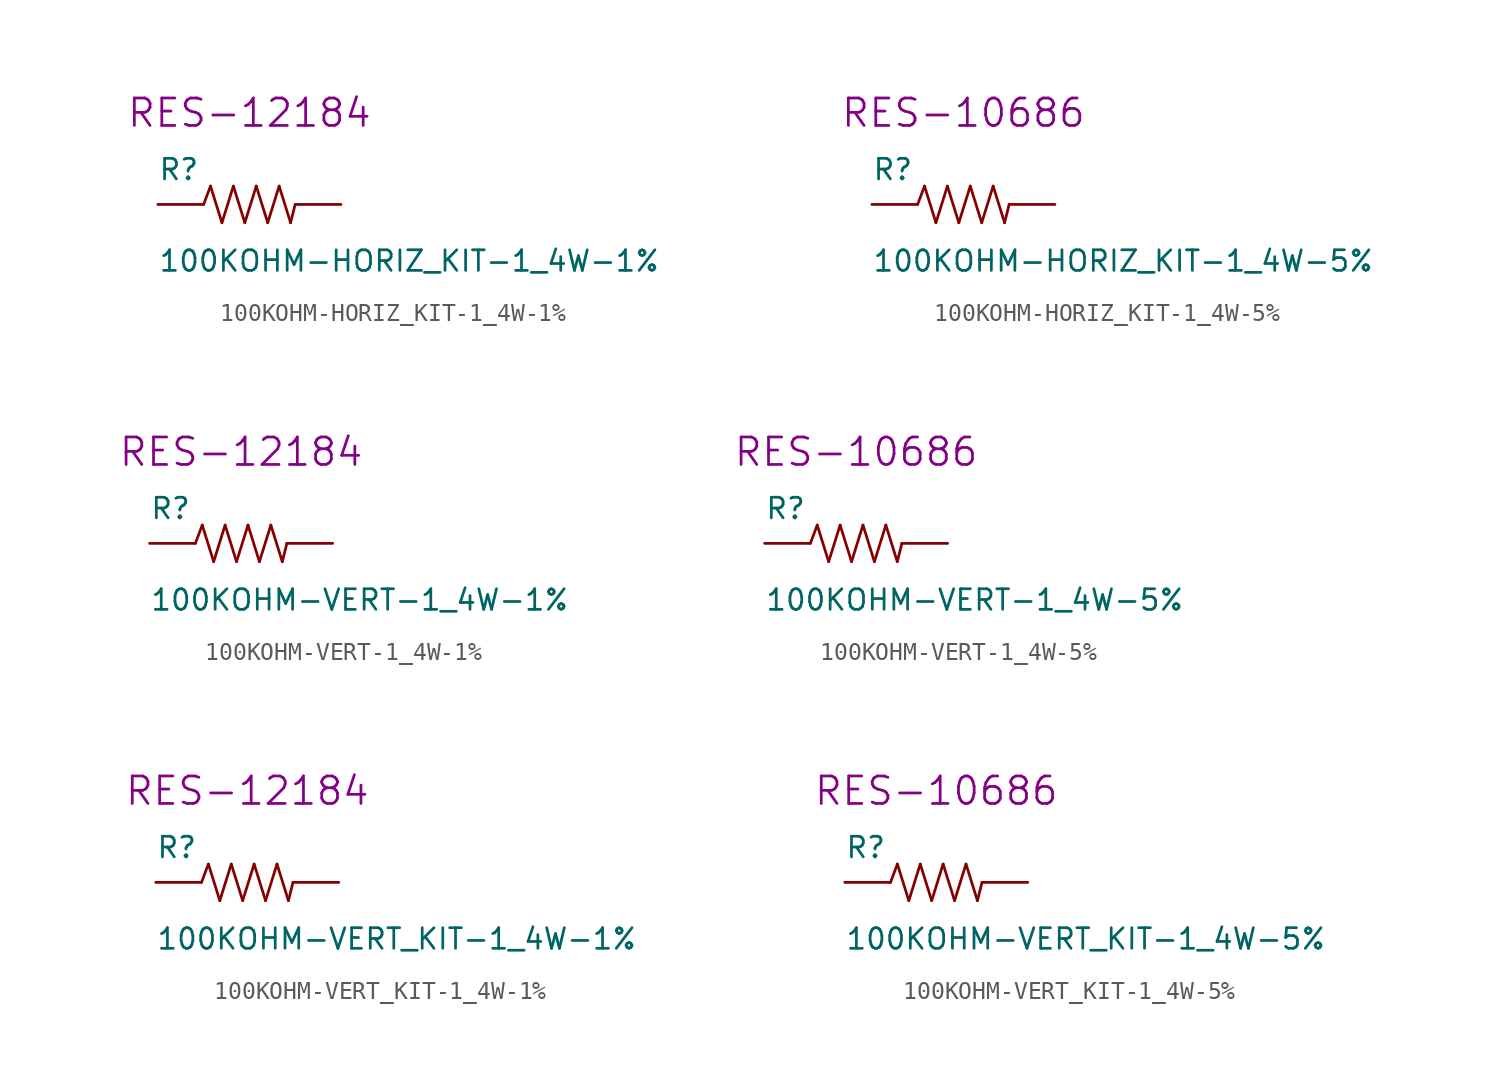
<source format=kicad_sym>
(kicad_symbol_lib
  (version 20211014)
  (generator kicad_symbol_editor)
  (symbol "100KOHM-HORIZ_KIT-1_4W-1%"
    (pin_numbers hide)
    (pin_names
      (offset 1.016) hide)
    (property "Reference" "R"
      (at -5.08 1.27 0)
      (effects (font (size 1.143 1.143)) (justify left bottom)))
    (property "Value" "100KOHM-HORIZ_KIT-1_4W-1%"
      (at -5.08 -3.81 0)
      (effects (font (size 1.143 1.143)) (justify left bottom)))
    (property "Field4" "RES-12184"
      (at 0 5.08 0)
      (effects (font (size 1.524 1.524))))
    (property "ki_locked" ""
      (at 0 0 0)
      (effects (font (size 1.27 1.27))))
    (symbol "100KOHM-HORIZ_KIT-1_4W-1%_1_0"
      (polyline (pts (xy -2.54 0) (xy -2.159 1.016)) (stroke (width 0) (type default) (color 0 0 0 0)) (fill (type none)))
      (polyline (pts (xy -2.159 1.016) (xy -1.524 -1.016)) (stroke (width 0) (type default) (color 0 0 0 0)) (fill (type none)))
      (polyline (pts (xy -1.524 -1.016) (xy -0.889 1.016)) (stroke (width 0) (type default) (color 0 0 0 0)) (fill (type none)))
      (polyline (pts (xy -0.889 1.016) (xy -0.254 -1.016)) (stroke (width 0) (type default) (color 0 0 0 0)) (fill (type none)))
      (polyline (pts (xy -0.254 -1.016) (xy 0.381 1.016)) (stroke (width 0) (type default) (color 0 0 0 0)) (fill (type none)))
      (polyline (pts (xy 0.381 1.016) (xy 1.016 -1.016)) (stroke (width 0) (type default) (color 0 0 0 0)) (fill (type none)))
      (polyline (pts (xy 1.016 -1.016) (xy 1.651 1.016)) (stroke (width 0) (type default) (color 0 0 0 0)) (fill (type none)))
      (polyline (pts (xy 1.651 1.016) (xy 2.286 -1.016)) (stroke (width 0) (type default) (color 0 0 0 0)) (fill (type none)))
      (polyline (pts (xy 2.286 -1.016) (xy 2.54 0)) (stroke (width 0) (type default) (color 0 0 0 0)) (fill (type none))))
    (symbol "100KOHM-HORIZ_KIT-1_4W-1%_1_1"
      (pin passive line (at -5.08 0 0) (length 2.54) (name "1" (effects (font (size 1.016 1.016)))) (number "P$1" (effects (font (size 1.016 1.016)))))
      (pin passive line (at 5.08 0 180) (length 2.54) (name "2" (effects (font (size 1.016 1.016)))) (number "P$2" (effects (font (size 1.016 1.016)))))))
  (symbol "100KOHM-HORIZ_KIT-1_4W-5%"
    (pin_numbers hide)
    (pin_names
      (offset 1.016) hide)
    (property "Reference" "R"
      (at -5.08 1.27 0)
      (effects (font (size 1.143 1.143)) (justify left bottom)))
    (property "Value" "100KOHM-HORIZ_KIT-1_4W-5%"
      (at -5.08 -3.81 0)
      (effects (font (size 1.143 1.143)) (justify left bottom)))
    (property "Field4" "RES-10686"
      (at 0 5.08 0)
      (effects (font (size 1.524 1.524))))
    (property "ki_locked" ""
      (at 0 0 0)
      (effects (font (size 1.27 1.27))))
    (symbol "100KOHM-HORIZ_KIT-1_4W-5%_1_0"
      (polyline (pts (xy -2.54 0) (xy -2.159 1.016)) (stroke (width 0) (type default) (color 0 0 0 0)) (fill (type none)))
      (polyline (pts (xy -2.159 1.016) (xy -1.524 -1.016)) (stroke (width 0) (type default) (color 0 0 0 0)) (fill (type none)))
      (polyline (pts (xy -1.524 -1.016) (xy -0.889 1.016)) (stroke (width 0) (type default) (color 0 0 0 0)) (fill (type none)))
      (polyline (pts (xy -0.889 1.016) (xy -0.254 -1.016)) (stroke (width 0) (type default) (color 0 0 0 0)) (fill (type none)))
      (polyline (pts (xy -0.254 -1.016) (xy 0.381 1.016)) (stroke (width 0) (type default) (color 0 0 0 0)) (fill (type none)))
      (polyline (pts (xy 0.381 1.016) (xy 1.016 -1.016)) (stroke (width 0) (type default) (color 0 0 0 0)) (fill (type none)))
      (polyline (pts (xy 1.016 -1.016) (xy 1.651 1.016)) (stroke (width 0) (type default) (color 0 0 0 0)) (fill (type none)))
      (polyline (pts (xy 1.651 1.016) (xy 2.286 -1.016)) (stroke (width 0) (type default) (color 0 0 0 0)) (fill (type none)))
      (polyline (pts (xy 2.286 -1.016) (xy 2.54 0)) (stroke (width 0) (type default) (color 0 0 0 0)) (fill (type none))))
    (symbol "100KOHM-HORIZ_KIT-1_4W-5%_1_1"
      (pin passive line (at -5.08 0 0) (length 2.54) (name "1" (effects (font (size 1.016 1.016)))) (number "P$1" (effects (font (size 1.016 1.016)))))
      (pin passive line (at 5.08 0 180) (length 2.54) (name "2" (effects (font (size 1.016 1.016)))) (number "P$2" (effects (font (size 1.016 1.016)))))))
  (symbol "100KOHM-VERT-1_4W-1%"
    (pin_numbers hide)
    (pin_names
      (offset 1.016) hide)
    (property "Reference" "R"
      (at -5.08 1.27 0)
      (effects (font (size 1.143 1.143)) (justify left bottom)))
    (property "Value" "100KOHM-VERT-1_4W-1%"
      (at -5.08 -3.81 0)
      (effects (font (size 1.143 1.143)) (justify left bottom)))
    (property "Field4" "RES-12184"
      (at 0 5.08 0)
      (effects (font (size 1.524 1.524))))
    (property "ki_locked" ""
      (at 0 0 0)
      (effects (font (size 1.27 1.27))))
    (symbol "100KOHM-VERT-1_4W-1%_1_0"
      (polyline (pts (xy -2.54 0) (xy -2.159 1.016)) (stroke (width 0) (type default) (color 0 0 0 0)) (fill (type none)))
      (polyline (pts (xy -2.159 1.016) (xy -1.524 -1.016)) (stroke (width 0) (type default) (color 0 0 0 0)) (fill (type none)))
      (polyline (pts (xy -1.524 -1.016) (xy -0.889 1.016)) (stroke (width 0) (type default) (color 0 0 0 0)) (fill (type none)))
      (polyline (pts (xy -0.889 1.016) (xy -0.254 -1.016)) (stroke (width 0) (type default) (color 0 0 0 0)) (fill (type none)))
      (polyline (pts (xy -0.254 -1.016) (xy 0.381 1.016)) (stroke (width 0) (type default) (color 0 0 0 0)) (fill (type none)))
      (polyline (pts (xy 0.381 1.016) (xy 1.016 -1.016)) (stroke (width 0) (type default) (color 0 0 0 0)) (fill (type none)))
      (polyline (pts (xy 1.016 -1.016) (xy 1.651 1.016)) (stroke (width 0) (type default) (color 0 0 0 0)) (fill (type none)))
      (polyline (pts (xy 1.651 1.016) (xy 2.286 -1.016)) (stroke (width 0) (type default) (color 0 0 0 0)) (fill (type none)))
      (polyline (pts (xy 2.286 -1.016) (xy 2.54 0)) (stroke (width 0) (type default) (color 0 0 0 0)) (fill (type none))))
    (symbol "100KOHM-VERT-1_4W-1%_1_1"
      (pin passive line (at -5.08 0 0) (length 2.54) (name "1" (effects (font (size 1.016 1.016)))) (number "P$1" (effects (font (size 1.016 1.016)))))
      (pin passive line (at 5.08 0 180) (length 2.54) (name "2" (effects (font (size 1.016 1.016)))) (number "P$2" (effects (font (size 1.016 1.016)))))))
  (symbol "100KOHM-VERT-1_4W-5%"
    (pin_numbers hide)
    (pin_names
      (offset 1.016) hide)
    (property "Reference" "R"
      (at -5.08 1.27 0)
      (effects (font (size 1.143 1.143)) (justify left bottom)))
    (property "Value" "100KOHM-VERT-1_4W-5%"
      (at -5.08 -3.81 0)
      (effects (font (size 1.143 1.143)) (justify left bottom)))
    (property "Field4" "RES-10686"
      (at 0 5.08 0)
      (effects (font (size 1.524 1.524))))
    (property "ki_locked" ""
      (at 0 0 0)
      (effects (font (size 1.27 1.27))))
    (symbol "100KOHM-VERT-1_4W-5%_1_0"
      (polyline (pts (xy -2.54 0) (xy -2.159 1.016)) (stroke (width 0) (type default) (color 0 0 0 0)) (fill (type none)))
      (polyline (pts (xy -2.159 1.016) (xy -1.524 -1.016)) (stroke (width 0) (type default) (color 0 0 0 0)) (fill (type none)))
      (polyline (pts (xy -1.524 -1.016) (xy -0.889 1.016)) (stroke (width 0) (type default) (color 0 0 0 0)) (fill (type none)))
      (polyline (pts (xy -0.889 1.016) (xy -0.254 -1.016)) (stroke (width 0) (type default) (color 0 0 0 0)) (fill (type none)))
      (polyline (pts (xy -0.254 -1.016) (xy 0.381 1.016)) (stroke (width 0) (type default) (color 0 0 0 0)) (fill (type none)))
      (polyline (pts (xy 0.381 1.016) (xy 1.016 -1.016)) (stroke (width 0) (type default) (color 0 0 0 0)) (fill (type none)))
      (polyline (pts (xy 1.016 -1.016) (xy 1.651 1.016)) (stroke (width 0) (type default) (color 0 0 0 0)) (fill (type none)))
      (polyline (pts (xy 1.651 1.016) (xy 2.286 -1.016)) (stroke (width 0) (type default) (color 0 0 0 0)) (fill (type none)))
      (polyline (pts (xy 2.286 -1.016) (xy 2.54 0)) (stroke (width 0) (type default) (color 0 0 0 0)) (fill (type none))))
    (symbol "100KOHM-VERT-1_4W-5%_1_1"
      (pin passive line (at -5.08 0 0) (length 2.54) (name "1" (effects (font (size 1.016 1.016)))) (number "P$1" (effects (font (size 1.016 1.016)))))
      (pin passive line (at 5.08 0 180) (length 2.54) (name "2" (effects (font (size 1.016 1.016)))) (number "P$2" (effects (font (size 1.016 1.016)))))))
  (symbol "100KOHM-VERT_KIT-1_4W-1%"
    (pin_numbers hide)
    (pin_names
      (offset 1.016) hide)
    (property "Reference" "R"
      (at -5.08 1.27 0)
      (effects (font (size 1.143 1.143)) (justify left bottom)))
    (property "Value" "100KOHM-VERT_KIT-1_4W-1%"
      (at -5.08 -3.81 0)
      (effects (font (size 1.143 1.143)) (justify left bottom)))
    (property "Field4" "RES-12184"
      (at 0 5.08 0)
      (effects (font (size 1.524 1.524))))
    (property "ki_locked" ""
      (at 0 0 0)
      (effects (font (size 1.27 1.27))))
    (symbol "100KOHM-VERT_KIT-1_4W-1%_1_0"
      (polyline (pts (xy -2.54 0) (xy -2.159 1.016)) (stroke (width 0) (type default) (color 0 0 0 0)) (fill (type none)))
      (polyline (pts (xy -2.159 1.016) (xy -1.524 -1.016)) (stroke (width 0) (type default) (color 0 0 0 0)) (fill (type none)))
      (polyline (pts (xy -1.524 -1.016) (xy -0.889 1.016)) (stroke (width 0) (type default) (color 0 0 0 0)) (fill (type none)))
      (polyline (pts (xy -0.889 1.016) (xy -0.254 -1.016)) (stroke (width 0) (type default) (color 0 0 0 0)) (fill (type none)))
      (polyline (pts (xy -0.254 -1.016) (xy 0.381 1.016)) (stroke (width 0) (type default) (color 0 0 0 0)) (fill (type none)))
      (polyline (pts (xy 0.381 1.016) (xy 1.016 -1.016)) (stroke (width 0) (type default) (color 0 0 0 0)) (fill (type none)))
      (polyline (pts (xy 1.016 -1.016) (xy 1.651 1.016)) (stroke (width 0) (type default) (color 0 0 0 0)) (fill (type none)))
      (polyline (pts (xy 1.651 1.016) (xy 2.286 -1.016)) (stroke (width 0) (type default) (color 0 0 0 0)) (fill (type none)))
      (polyline (pts (xy 2.286 -1.016) (xy 2.54 0)) (stroke (width 0) (type default) (color 0 0 0 0)) (fill (type none))))
    (symbol "100KOHM-VERT_KIT-1_4W-1%_1_1"
      (pin passive line (at -5.08 0 0) (length 2.54) (name "1" (effects (font (size 1.016 1.016)))) (number "P$1" (effects (font (size 1.016 1.016)))))
      (pin passive line (at 5.08 0 180) (length 2.54) (name "2" (effects (font (size 1.016 1.016)))) (number "P$2" (effects (font (size 1.016 1.016)))))))
  (symbol "100KOHM-VERT_KIT-1_4W-5%"
    (pin_numbers hide)
    (pin_names
      (offset 1.016) hide)
    (property "Reference" "R"
      (at -5.08 1.27 0)
      (effects (font (size 1.143 1.143)) (justify left bottom)))
    (property "Value" "100KOHM-VERT_KIT-1_4W-5%"
      (at -5.08 -3.81 0)
      (effects (font (size 1.143 1.143)) (justify left bottom)))
    (property "Field4" "RES-10686"
      (at 0 5.08 0)
      (effects (font (size 1.524 1.524))))
    (property "ki_locked" ""
      (at 0 0 0)
      (effects (font (size 1.27 1.27))))
    (symbol "100KOHM-VERT_KIT-1_4W-5%_1_0"
      (polyline (pts (xy -2.54 0) (xy -2.159 1.016)) (stroke (width 0) (type default) (color 0 0 0 0)) (fill (type none)))
      (polyline (pts (xy -2.159 1.016) (xy -1.524 -1.016)) (stroke (width 0) (type default) (color 0 0 0 0)) (fill (type none)))
      (polyline (pts (xy -1.524 -1.016) (xy -0.889 1.016)) (stroke (width 0) (type default) (color 0 0 0 0)) (fill (type none)))
      (polyline (pts (xy -0.889 1.016) (xy -0.254 -1.016)) (stroke (width 0) (type default) (color 0 0 0 0)) (fill (type none)))
      (polyline (pts (xy -0.254 -1.016) (xy 0.381 1.016)) (stroke (width 0) (type default) (color 0 0 0 0)) (fill (type none)))
      (polyline (pts (xy 0.381 1.016) (xy 1.016 -1.016)) (stroke (width 0) (type default) (color 0 0 0 0)) (fill (type none)))
      (polyline (pts (xy 1.016 -1.016) (xy 1.651 1.016)) (stroke (width 0) (type default) (color 0 0 0 0)) (fill (type none)))
      (polyline (pts (xy 1.651 1.016) (xy 2.286 -1.016)) (stroke (width 0) (type default) (color 0 0 0 0)) (fill (type none)))
      (polyline (pts (xy 2.286 -1.016) (xy 2.54 0)) (stroke (width 0) (type default) (color 0 0 0 0)) (fill (type none))))
    (symbol "100KOHM-VERT_KIT-1_4W-5%_1_1"
      (pin passive line (at -5.08 0 0) (length 2.54) (name "1" (effects (font (size 1.016 1.016)))) (number "P$1" (effects (font (size 1.016 1.016)))))
      (pin passive line (at 5.08 0 180) (length 2.54) (name "2" (effects (font (size 1.016 1.016)))) (number "P$2" (effects (font (size 1.016 1.016))))))))
</source>
